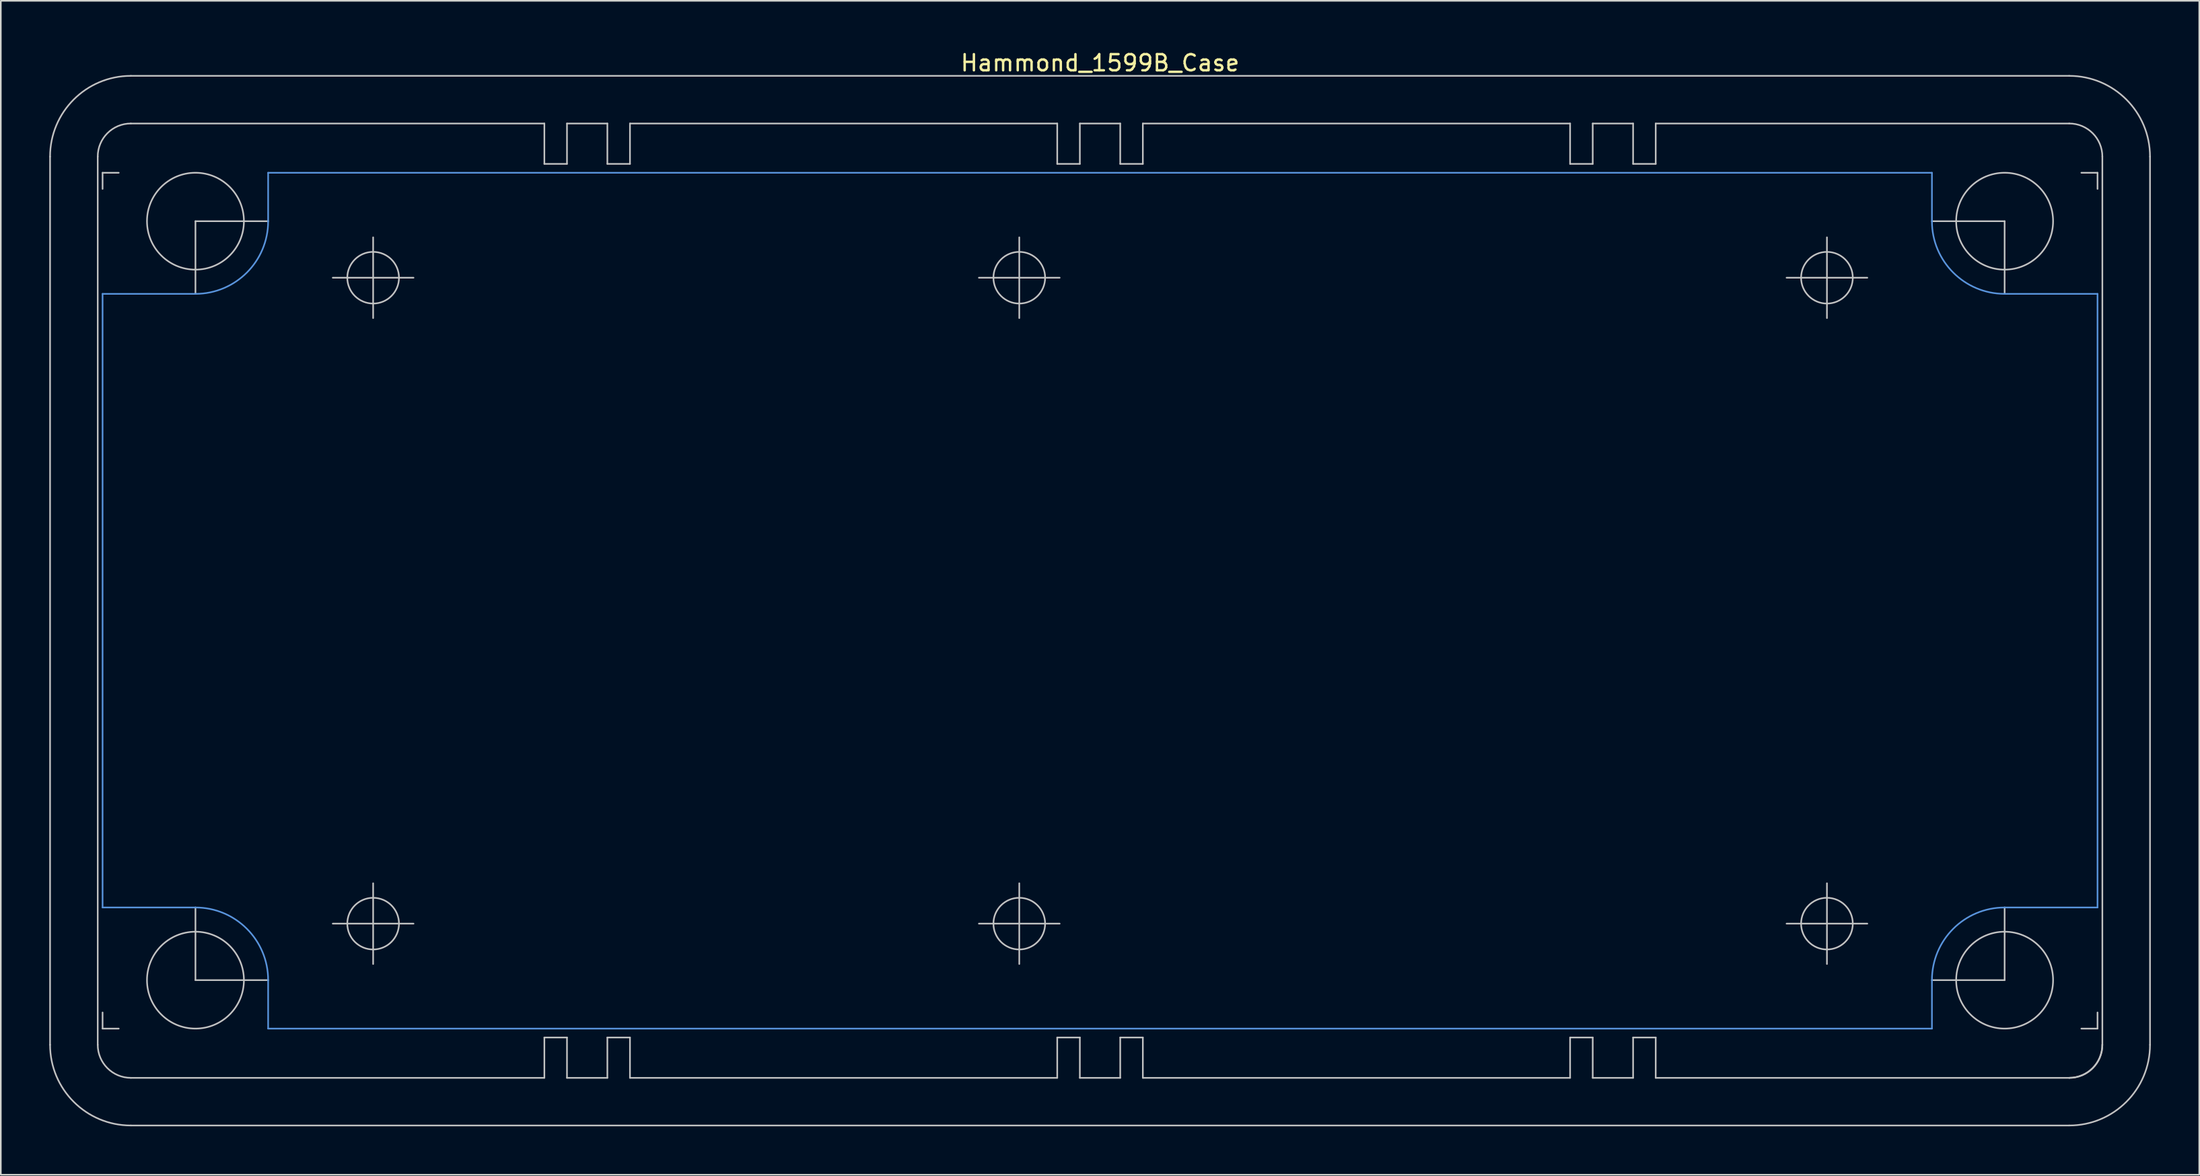
<source format=kicad_pcb>
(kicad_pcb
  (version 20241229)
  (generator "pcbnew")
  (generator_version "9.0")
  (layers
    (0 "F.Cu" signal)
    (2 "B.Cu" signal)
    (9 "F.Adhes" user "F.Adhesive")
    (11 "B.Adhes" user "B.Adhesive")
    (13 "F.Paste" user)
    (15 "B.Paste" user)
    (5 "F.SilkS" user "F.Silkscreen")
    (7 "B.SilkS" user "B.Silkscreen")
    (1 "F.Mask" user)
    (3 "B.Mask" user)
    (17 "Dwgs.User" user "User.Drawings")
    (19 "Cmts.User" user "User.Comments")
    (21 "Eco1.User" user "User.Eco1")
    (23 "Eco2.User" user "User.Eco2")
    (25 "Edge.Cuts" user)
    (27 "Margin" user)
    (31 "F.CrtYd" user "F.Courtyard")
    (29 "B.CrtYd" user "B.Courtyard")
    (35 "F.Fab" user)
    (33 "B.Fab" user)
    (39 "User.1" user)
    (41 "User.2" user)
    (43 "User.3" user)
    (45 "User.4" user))
  (footprint "Hammond_1599B_Case"
    (layer "F.Cu")
    (at 65.05 34.148)
    (property "Reference" "Hammond_1599B_Case" (at 0 -33.3 0) (layer "F.SilkS") (effects (font (size 1 1) (thickness 0.15))))
    (attr through_hole)
    (fp_line (start -65 27.5) (end -65 -27.5) (stroke (width 0.1) (type solid)) (layer "Dwgs.User"))
    (fp_line (start -62.05 -27.5) (end -62.05 27.5) (stroke (width 0.1) (type solid)) (layer "Dwgs.User"))
    (fp_line (start -61.75 -26.5) (end -61.75 -25.5) (stroke (width 0.1) (type solid)) (layer "Dwgs.User"))
    (fp_line (start -61.75 -26.5) (end -60.75 -26.5) (stroke (width 0.1) (type solid)) (layer "Dwgs.User"))
    (fp_line (start -61.75 26.5) (end -61.75 25.5) (stroke (width 0.1) (type solid)) (layer "Dwgs.User"))
    (fp_line (start -61.75 26.5) (end -60.75 26.5) (stroke (width 0.1) (type solid)) (layer "Dwgs.User"))
    (fp_line (start -60 -32.5) (end 60 -32.5) (stroke (width 0.1) (type solid)) (layer "Dwgs.User"))
    (fp_line (start -60 -29.55) (end -34.4 -29.55) (stroke (width 0.1) (type solid)) (layer "Dwgs.User"))
    (fp_line (start -56 -23.5) (end -56 -19) (stroke (width 0.1) (type solid)) (layer "Dwgs.User"))
    (fp_line (start -56 -23.5) (end -51.5 -23.5) (stroke (width 0.1) (type solid)) (layer "Dwgs.User"))
    (fp_line (start -56 23.5) (end -56 19) (stroke (width 0.1) (type solid)) (layer "Dwgs.User"))
    (fp_line (start -56 23.5) (end -51.5 23.5) (stroke (width 0.1) (type solid)) (layer "Dwgs.User"))
    (fp_line (start -47.5 -20) (end -42.5 -20) (stroke (width 0.1) (type solid)) (layer "Dwgs.User"))
    (fp_line (start -47.5 20) (end -42.5 20) (stroke (width 0.1) (type solid)) (layer "Dwgs.User"))
    (fp_line (start -45 -22.5) (end -45 -17.5) (stroke (width 0.1) (type solid)) (layer "Dwgs.User"))
    (fp_line (start -45 17.5) (end -45 22.5) (stroke (width 0.1) (type solid)) (layer "Dwgs.User"))
    (fp_line (start -34.4 -29.55) (end -34.4 -27.05) (stroke (width 0.1) (type solid)) (layer "Dwgs.User"))
    (fp_line (start -34.4 -27.05) (end -33 -27.05) (stroke (width 0.1) (type solid)) (layer "Dwgs.User"))
    (fp_line (start -34.4 29.55) (end -60 29.55) (stroke (width 0.1) (type solid)) (layer "Dwgs.User"))
    (fp_line (start -34.4 29.55) (end -34.4 27.05) (stroke (width 0.1) (type solid)) (layer "Dwgs.User"))
    (fp_line (start -33 -29.55) (end -33 -27.05) (stroke (width 0.1) (type solid)) (layer "Dwgs.User"))
    (fp_line (start -33 -29.55) (end -30.5 -29.55) (stroke (width 0.1) (type solid)) (layer "Dwgs.User"))
    (fp_line (start -33 27.05) (end -34.4 27.05) (stroke (width 0.1) (type solid)) (layer "Dwgs.User"))
    (fp_line (start -33 29.55) (end -33 27.05) (stroke (width 0.1) (type solid)) (layer "Dwgs.User"))
    (fp_line (start -30.5 -29.55) (end -30.5 -27.05) (stroke (width 0.1) (type solid)) (layer "Dwgs.User"))
    (fp_line (start -30.5 -27.05) (end -29.1 -27.05) (stroke (width 0.1) (type solid)) (layer "Dwgs.User"))
    (fp_line (start -30.5 29.55) (end -33 29.55) (stroke (width 0.1) (type solid)) (layer "Dwgs.User"))
    (fp_line (start -30.5 29.55) (end -30.5 27.05) (stroke (width 0.1) (type solid)) (layer "Dwgs.User"))
    (fp_line (start -29.1 -29.55) (end -29.1 -27.05) (stroke (width 0.1) (type solid)) (layer "Dwgs.User"))
    (fp_line (start -29.1 -29.55) (end -2.65 -29.55) (stroke (width 0.1) (type solid)) (layer "Dwgs.User"))
    (fp_line (start -29.1 27.05) (end -30.5 27.05) (stroke (width 0.1) (type solid)) (layer "Dwgs.User"))
    (fp_line (start -29.1 29.55) (end -29.1 27.05) (stroke (width 0.1) (type solid)) (layer "Dwgs.User"))
    (fp_line (start -7.5 -20) (end -2.5 -20) (stroke (width 0.1) (type solid)) (layer "Dwgs.User"))
    (fp_line (start -7.5 20) (end -2.5 20) (stroke (width 0.1) (type solid)) (layer "Dwgs.User"))
    (fp_line (start -5 -22.5) (end -5 -17.5) (stroke (width 0.1) (type solid)) (layer "Dwgs.User"))
    (fp_line (start -5 17.5) (end -5 22.5) (stroke (width 0.1) (type solid)) (layer "Dwgs.User"))
    (fp_line (start -2.65 -29.55) (end -2.65 -27.05) (stroke (width 0.1) (type solid)) (layer "Dwgs.User"))
    (fp_line (start -2.65 -27.05) (end -1.25 -27.05) (stroke (width 0.1) (type solid)) (layer "Dwgs.User"))
    (fp_line (start -2.65 29.55) (end -29.1 29.55) (stroke (width 0.1) (type solid)) (layer "Dwgs.User"))
    (fp_line (start -2.65 29.55) (end -2.65 27.05) (stroke (width 0.1) (type solid)) (layer "Dwgs.User"))
    (fp_line (start -1.25 -29.55) (end -1.25 -27.05) (stroke (width 0.1) (type solid)) (layer "Dwgs.User"))
    (fp_line (start -1.25 -29.55) (end 1.25 -29.55) (stroke (width 0.1) (type solid)) (layer "Dwgs.User"))
    (fp_line (start -1.25 27.05) (end -2.65 27.05) (stroke (width 0.1) (type solid)) (layer "Dwgs.User"))
    (fp_line (start -1.25 29.55) (end -1.25 27.05) (stroke (width 0.1) (type solid)) (layer "Dwgs.User"))
    (fp_line (start 1.25 -29.55) (end 1.25 -27.05) (stroke (width 0.1) (type solid)) (layer "Dwgs.User"))
    (fp_line (start 1.25 -27.05) (end 2.65 -27.05) (stroke (width 0.1) (type solid)) (layer "Dwgs.User"))
    (fp_line (start 1.25 29.55) (end -1.25 29.55) (stroke (width 0.1) (type solid)) (layer "Dwgs.User"))
    (fp_line (start 1.25 29.55) (end 1.25 27.05) (stroke (width 0.1) (type solid)) (layer "Dwgs.User"))
    (fp_line (start 2.65 -29.55) (end 2.65 -27.05) (stroke (width 0.1) (type solid)) (layer "Dwgs.User"))
    (fp_line (start 2.65 -29.55) (end 29.1 -29.55) (stroke (width 0.1) (type solid)) (layer "Dwgs.User"))
    (fp_line (start 2.65 27.05) (end 1.25 27.05) (stroke (width 0.1) (type solid)) (layer "Dwgs.User"))
    (fp_line (start 2.65 29.55) (end 2.65 27.05) (stroke (width 0.1) (type solid)) (layer "Dwgs.User"))
    (fp_line (start 29.1 -29.55) (end 29.1 -27.05) (stroke (width 0.1) (type solid)) (layer "Dwgs.User"))
    (fp_line (start 29.1 -27.05) (end 30.5 -27.05) (stroke (width 0.1) (type solid)) (layer "Dwgs.User"))
    (fp_line (start 29.1 29.55) (end 2.65 29.55) (stroke (width 0.1) (type solid)) (layer "Dwgs.User"))
    (fp_line (start 29.1 29.55) (end 29.1 27.05) (stroke (width 0.1) (type solid)) (layer "Dwgs.User"))
    (fp_line (start 30.5 -29.55) (end 30.5 -27.05) (stroke (width 0.1) (type solid)) (layer "Dwgs.User"))
    (fp_line (start 30.5 -29.55) (end 33 -29.55) (stroke (width 0.1) (type solid)) (layer "Dwgs.User"))
    (fp_line (start 30.5 27.05) (end 29.1 27.05) (stroke (width 0.1) (type solid)) (layer "Dwgs.User"))
    (fp_line (start 30.5 29.55) (end 30.5 27.05) (stroke (width 0.1) (type solid)) (layer "Dwgs.User"))
    (fp_line (start 33 -29.55) (end 33 -27.05) (stroke (width 0.1) (type solid)) (layer "Dwgs.User"))
    (fp_line (start 33 -27.05) (end 34.4 -27.05) (stroke (width 0.1) (type solid)) (layer "Dwgs.User"))
    (fp_line (start 33 29.55) (end 30.5 29.55) (stroke (width 0.1) (type solid)) (layer "Dwgs.User"))
    (fp_line (start 33 29.55) (end 33 27.05) (stroke (width 0.1) (type solid)) (layer "Dwgs.User"))
    (fp_line (start 34.4 -29.55) (end 34.4 -27.05) (stroke (width 0.1) (type solid)) (layer "Dwgs.User"))
    (fp_line (start 34.4 -29.55) (end 60 -29.55) (stroke (width 0.1) (type solid)) (layer "Dwgs.User"))
    (fp_line (start 34.4 27.05) (end 33 27.05) (stroke (width 0.1) (type solid)) (layer "Dwgs.User"))
    (fp_line (start 34.4 29.55) (end 34.4 27.05) (stroke (width 0.1) (type solid)) (layer "Dwgs.User"))
    (fp_line (start 42.5 -20) (end 47.5 -20) (stroke (width 0.1) (type solid)) (layer "Dwgs.User"))
    (fp_line (start 42.5 20) (end 47.5 20) (stroke (width 0.1) (type solid)) (layer "Dwgs.User"))
    (fp_line (start 45 -22.5) (end 45 -17.5) (stroke (width 0.1) (type solid)) (layer "Dwgs.User"))
    (fp_line (start 45 17.5) (end 45 22.5) (stroke (width 0.1) (type solid)) (layer "Dwgs.User"))
    (fp_line (start 56 -23.5) (end 51.5 -23.5) (stroke (width 0.1) (type solid)) (layer "Dwgs.User"))
    (fp_line (start 56 -23.5) (end 56 -19) (stroke (width 0.1) (type solid)) (layer "Dwgs.User"))
    (fp_line (start 56 23.5) (end 51.5 23.5) (stroke (width 0.1) (type solid)) (layer "Dwgs.User"))
    (fp_line (start 56 23.5) (end 56 19) (stroke (width 0.1) (type solid)) (layer "Dwgs.User"))
    (fp_line (start 60 29.55) (end 34.4 29.55) (stroke (width 0.1) (type solid)) (layer "Dwgs.User"))
    (fp_line (start 60 32.5) (end -60 32.5) (stroke (width 0.1) (type solid)) (layer "Dwgs.User"))
    (fp_line (start 61.75 -26.5) (end 60.75 -26.5) (stroke (width 0.1) (type solid)) (layer "Dwgs.User"))
    (fp_line (start 61.75 -26.5) (end 61.75 -25.5) (stroke (width 0.1) (type solid)) (layer "Dwgs.User"))
    (fp_line (start 61.75 26.5) (end 60.75 26.5) (stroke (width 0.1) (type solid)) (layer "Dwgs.User"))
    (fp_line (start 61.75 26.5) (end 61.75 25.5) (stroke (width 0.1) (type solid)) (layer "Dwgs.User"))
    (fp_line (start 62.05 27.5) (end 62.05 -27.5) (stroke (width 0.1) (type solid)) (layer "Dwgs.User"))
    (fp_line (start 65 -27.5) (end 65 27.5) (stroke (width 0.1) (type solid)) (layer "Dwgs.User"))
    (fp_arc (start -65 -27.5) (mid -63.535534 -31.035534) (end -60 -32.5) (stroke (width 0.1) (type solid)) (layer "Dwgs.User"))
    (fp_arc (start -62.05 -27.5) (mid -61.449569 -28.949569) (end -60 -29.55) (stroke (width 0.1) (type solid)) (layer "Dwgs.User"))
    (fp_arc (start -60 29.55) (mid -61.449569 28.949569) (end -62.05 27.5) (stroke (width 0.1) (type solid)) (layer "Dwgs.User"))
    (fp_arc (start -60 32.5) (mid -63.535534 31.035534) (end -65 27.5) (stroke (width 0.1) (type solid)) (layer "Dwgs.User"))
    (fp_arc (start 60 -32.5) (mid 63.535534 -31.035534) (end 65 -27.5) (stroke (width 0.1) (type solid)) (layer "Dwgs.User"))
    (fp_arc (start 60 -29.55) (mid 61.449569 -28.949569) (end 62.05 -27.5) (stroke (width 0.1) (type solid)) (layer "Dwgs.User"))
    (fp_arc (start 62.05 27.5) (mid 61.449569 28.949569) (end 60 29.55) (stroke (width 0.1) (type solid)) (layer "Dwgs.User"))
    (fp_arc (start 62.05 27.5) (mid 61.449569 28.949569) (end 60 29.55) (stroke (width 0.1) (type solid)) (layer "Dwgs.User"))
    (fp_arc (start 65 27.5) (mid 63.535534 31.035534) (end 60 32.5) (stroke (width 0.1) (type solid)) (layer "Dwgs.User"))
    (fp_circle (center -56 -23.5) (end -53 -23.5) (stroke (width 0.1) (type solid)) (fill no) (layer "Dwgs.User"))
    (fp_circle (center -56 23.5) (end -56 20.5) (stroke (width 0.1) (type solid)) (fill no) (layer "Dwgs.User"))
    (fp_circle (center -45 -20) (end -43.4 -20) (stroke (width 0.1) (type solid)) (fill no) (layer "Dwgs.User"))
    (fp_circle (center -45 20) (end -43.4 20) (stroke (width 0.1) (type solid)) (fill no) (layer "Dwgs.User"))
    (fp_circle (center -5 -20) (end -3.4 -20) (stroke (width 0.1) (type solid)) (fill no) (layer "Dwgs.User"))
    (fp_circle (center -5 20) (end -3.4 20) (stroke (width 0.1) (type solid)) (fill no) (layer "Dwgs.User"))
    (fp_circle (center 45 -20) (end 46.6 -20) (stroke (width 0.1) (type solid)) (fill no) (layer "Dwgs.User"))
    (fp_circle (center 45 20) (end 46.6 20) (stroke (width 0.1) (type solid)) (fill no) (layer "Dwgs.User"))
    (fp_circle (center 56 -23.5) (end 56 -20.5) (stroke (width 0.1) (type solid)) (fill no) (layer "Dwgs.User"))
    (fp_circle (center 56 23.5) (end 53 23.5) (stroke (width 0.1) (type solid)) (fill no) (layer "Dwgs.User"))
    (fp_line (start -61.75 -19) (end -56 -19) (stroke (width 0.1) (type solid)) (layer "Cmts.User"))
    (fp_line (start -61.75 19) (end -61.75 -19) (stroke (width 0.1) (type solid)) (layer "Cmts.User"))
    (fp_line (start -61.75 19) (end -56 19) (stroke (width 0.1) (type solid)) (layer "Cmts.User"))
    (fp_line (start -51.5 -26.5) (end -51.5 -23.5) (stroke (width 0.1) (type solid)) (layer "Cmts.User"))
    (fp_line (start -51.5 -26.5) (end 51.5 -26.5) (stroke (width 0.1) (type solid)) (layer "Cmts.User"))
    (fp_line (start -51.5 26.5) (end -51.5 23.5) (stroke (width 0.1) (type solid)) (layer "Cmts.User"))
    (fp_line (start 51.5 -26.5) (end 51.5 -23.5) (stroke (width 0.1) (type solid)) (layer "Cmts.User"))
    (fp_line (start 51.5 26.5) (end -51.5 26.5) (stroke (width 0.1) (type solid)) (layer "Cmts.User"))
    (fp_line (start 51.5 26.5) (end 51.5 23.5) (stroke (width 0.1) (type solid)) (layer "Cmts.User"))
    (fp_line (start 61.75 -19) (end 56 -19) (stroke (width 0.1) (type solid)) (layer "Cmts.User"))
    (fp_line (start 61.75 -19) (end 61.75 19) (stroke (width 0.1) (type solid)) (layer "Cmts.User"))
    (fp_line (start 61.75 19) (end 56 19) (stroke (width 0.1) (type solid)) (layer "Cmts.User"))
    (fp_arc (start -56 19) (mid -52.818019 20.318019) (end -51.5 23.5) (stroke (width 0.1) (type solid)) (layer "Cmts.User"))
    (fp_arc (start -51.5 -23.5) (mid -52.818019 -20.318019) (end -56 -19) (stroke (width 0.1) (type solid)) (layer "Cmts.User"))
    (fp_arc (start 51.5 23.5) (mid 52.818019 20.318019) (end 56 19) (stroke (width 0.1) (type solid)) (layer "Cmts.User"))
    (fp_arc (start 56 -19) (mid 52.818019 -20.318019) (end 51.5 -23.5) (stroke (width 0.1) (type solid)) (layer "Cmts.User")))
  (gr_rect
    (start -3 -3)
    (end 133.1 69.698)
    (stroke (width 0.1) (type default))
    (fill no)
    (layer "Edge.Cuts")))
</source>
